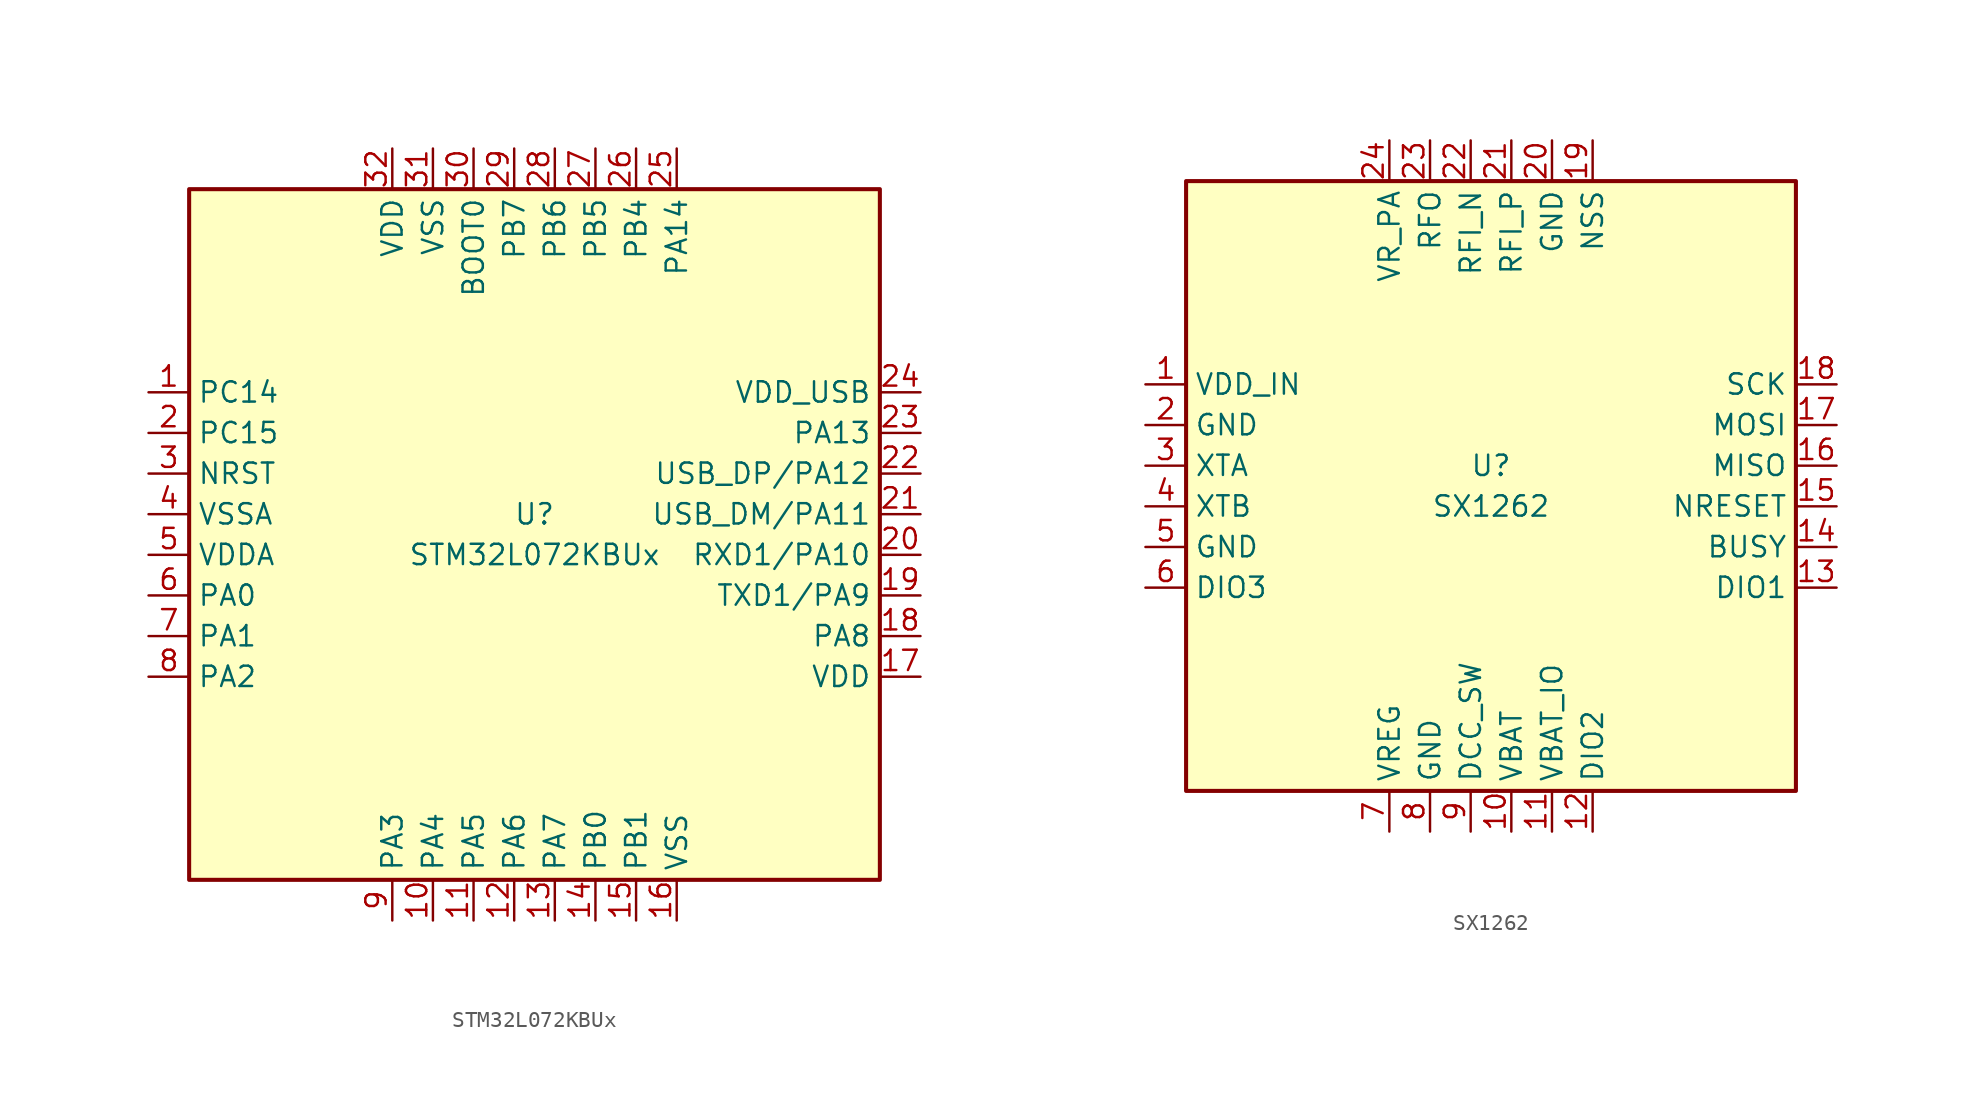
<source format=kicad_sym>
(kicad_symbol_lib
  (version 20211014)
  (generator kicad_symbol_editor)
  (symbol "STM32L072KBUx"
    (property "Reference" "U"
      (at 0 1.27 0)
      (effects (font (size 1.27 1.27))))
    (property "Value" "STM32L072KBUx"
      (at 0 -1.27 0)
      (effects (font (size 1.27 1.27))))
    (symbol "STM32L072KBUx_0_1"
      (rectangle (start -21.59 21.59) (end 21.59 -21.59) (stroke (width 0.254) (type default) (color 0 0 0 0)) (fill (type background))))
    (symbol "STM32L072KBUx_1_1"
      (pin bidirectional line (at -24.13 8.89 0) (length 2.54) (name "PC14" (effects (font (size 1.27 1.27)))) (number "1" (effects (font (size 1.27 1.27)))))
      (pin bidirectional line (at -6.35 -24.13 90) (length 2.54) (name "PA4" (effects (font (size 1.27 1.27)))) (number "10" (effects (font (size 1.27 1.27)))))
      (pin bidirectional line (at -3.81 -24.13 90) (length 2.54) (name "PA5" (effects (font (size 1.27 1.27)))) (number "11" (effects (font (size 1.27 1.27)))))
      (pin bidirectional line (at -1.27 -24.13 90) (length 2.54) (name "PA6" (effects (font (size 1.27 1.27)))) (number "12" (effects (font (size 1.27 1.27)))))
      (pin bidirectional line (at 1.27 -24.13 90) (length 2.54) (name "PA7" (effects (font (size 1.27 1.27)))) (number "13" (effects (font (size 1.27 1.27)))))
      (pin bidirectional line (at 3.81 -24.13 90) (length 2.54) (name "PB0" (effects (font (size 1.27 1.27)))) (number "14" (effects (font (size 1.27 1.27)))))
      (pin bidirectional line (at 6.35 -24.13 90) (length 2.54) (name "PB1" (effects (font (size 1.27 1.27)))) (number "15" (effects (font (size 1.27 1.27)))))
      (pin power_in line (at 8.89 -24.13 90) (length 2.54) (name "VSS" (effects (font (size 1.27 1.27)))) (number "16" (effects (font (size 1.27 1.27)))))
      (pin power_in line (at 24.13 -8.89 180) (length 2.54) (name "VDD" (effects (font (size 1.27 1.27)))) (number "17" (effects (font (size 1.27 1.27)))))
      (pin bidirectional line (at 24.13 -6.35 180) (length 2.54) (name "PA8" (effects (font (size 1.27 1.27)))) (number "18" (effects (font (size 1.27 1.27)))))
      (pin bidirectional line (at 24.13 -3.81 180) (length 2.54) (name "TXD1/PA9" (effects (font (size 1.27 1.27)))) (number "19" (effects (font (size 1.27 1.27)))))
      (pin bidirectional line (at -24.13 6.35 0) (length 2.54) (name "PC15" (effects (font (size 1.27 1.27)))) (number "2" (effects (font (size 1.27 1.27)))))
      (pin bidirectional line (at 24.13 -1.27 180) (length 2.54) (name "RXD1/PA10" (effects (font (size 1.27 1.27)))) (number "20" (effects (font (size 1.27 1.27)))))
      (pin bidirectional line (at 24.13 1.27 180) (length 2.54) (name "USB_DM/PA11" (effects (font (size 1.27 1.27)))) (number "21" (effects (font (size 1.27 1.27)))))
      (pin bidirectional line (at 24.13 3.81 180) (length 2.54) (name "USB_DP/PA12" (effects (font (size 1.27 1.27)))) (number "22" (effects (font (size 1.27 1.27)))))
      (pin bidirectional line (at 24.13 6.35 180) (length 2.54) (name "PA13" (effects (font (size 1.27 1.27)))) (number "23" (effects (font (size 1.27 1.27)))))
      (pin power_in line (at 24.13 8.89 180) (length 2.54) (name "VDD_USB" (effects (font (size 1.27 1.27)))) (number "24" (effects (font (size 1.27 1.27)))))
      (pin bidirectional line (at 8.89 24.13 270) (length 2.54) (name "PA14" (effects (font (size 1.27 1.27)))) (number "25" (effects (font (size 1.27 1.27)))))
      (pin bidirectional line (at 6.35 24.13 270) (length 2.54) (name "PB4" (effects (font (size 1.27 1.27)))) (number "26" (effects (font (size 1.27 1.27)))))
      (pin bidirectional line (at 3.81 24.13 270) (length 2.54) (name "PB5" (effects (font (size 1.27 1.27)))) (number "27" (effects (font (size 1.27 1.27)))))
      (pin bidirectional line (at 1.27 24.13 270) (length 2.54) (name "PB6" (effects (font (size 1.27 1.27)))) (number "28" (effects (font (size 1.27 1.27)))))
      (pin bidirectional line (at -1.27 24.13 270) (length 2.54) (name "PB7" (effects (font (size 1.27 1.27)))) (number "29" (effects (font (size 1.27 1.27)))))
      (pin input line (at -24.13 3.81 0) (length 2.54) (name "NRST" (effects (font (size 1.27 1.27)))) (number "3" (effects (font (size 1.27 1.27)))))
      (pin input line (at -3.81 24.13 270) (length 2.54) (name "BOOT0" (effects (font (size 1.27 1.27)))) (number "30" (effects (font (size 1.27 1.27)))))
      (pin power_in line (at -6.35 24.13 270) (length 2.54) (name "VSS" (effects (font (size 1.27 1.27)))) (number "31" (effects (font (size 1.27 1.27)))))
      (pin power_in line (at -8.89 24.13 270) (length 2.54) (name "VDD" (effects (font (size 1.27 1.27)))) (number "32" (effects (font (size 1.27 1.27)))))
      (pin power_in line (at 8.89 -24.13 90) (length 2.54) hide (name "VSS" (effects (font (size 1.27 1.27)))) (number "33" (effects (font (size 1.27 1.27)))))
      (pin power_in line (at -24.13 1.27 0) (length 2.54) (name "VSSA" (effects (font (size 1.27 1.27)))) (number "4" (effects (font (size 1.27 1.27)))))
      (pin power_in line (at -24.13 -1.27 0) (length 2.54) (name "VDDA" (effects (font (size 1.27 1.27)))) (number "5" (effects (font (size 1.27 1.27)))))
      (pin bidirectional line (at -24.13 -3.81 0) (length 2.54) (name "PA0" (effects (font (size 1.27 1.27)))) (number "6" (effects (font (size 1.27 1.27)))))
      (pin bidirectional line (at -24.13 -6.35 0) (length 2.54) (name "PA1" (effects (font (size 1.27 1.27)))) (number "7" (effects (font (size 1.27 1.27)))))
      (pin bidirectional line (at -24.13 -8.89 0) (length 2.54) (name "PA2" (effects (font (size 1.27 1.27)))) (number "8" (effects (font (size 1.27 1.27)))))
      (pin bidirectional line (at -8.89 -24.13 90) (length 2.54) (name "PA3" (effects (font (size 1.27 1.27)))) (number "9" (effects (font (size 1.27 1.27)))))))
  (symbol "SX1262"
    (property "Reference" "U"
      (at 0 1.27 0)
      (effects (font (size 1.27 1.27))))
    (property "Value" "SX1262"
      (at 0 -1.27 0)
      (effects (font (size 1.27 1.27))))
    (symbol "SX1262_0_0"
      (pin passive line (at -3.81 -21.59 90) (length 2.54) hide (name "GND" (effects (font (size 1.27 1.27)))) (number "25" (effects (font (size 1.27 1.27))))))
    (symbol "SX1262_0_1"
      (rectangle (start -19.05 19.05) (end 19.05 -19.05) (stroke (width 0.254) (type default) (color 0 0 0 0)) (fill (type background))))
    (symbol "SX1262_1_1"
      (pin power_in line (at -21.59 6.35 0) (length 2.54) (name "VDD_IN" (effects (font (size 1.27 1.27)))) (number "1" (effects (font (size 1.27 1.27)))))
      (pin power_in line (at 1.27 -21.59 90) (length 2.54) (name "VBAT" (effects (font (size 1.27 1.27)))) (number "10" (effects (font (size 1.27 1.27)))))
      (pin power_in line (at 3.81 -21.59 90) (length 2.54) (name "VBAT_IO" (effects (font (size 1.27 1.27)))) (number "11" (effects (font (size 1.27 1.27)))))
      (pin bidirectional line (at 6.35 -21.59 90) (length 2.54) (name "DIO2" (effects (font (size 1.27 1.27)))) (number "12" (effects (font (size 1.27 1.27)))))
      (pin bidirectional line (at 21.59 -6.35 180) (length 2.54) (name "DIO1" (effects (font (size 1.27 1.27)))) (number "13" (effects (font (size 1.27 1.27)))))
      (pin output line (at 21.59 -3.81 180) (length 2.54) (name "BUSY" (effects (font (size 1.27 1.27)))) (number "14" (effects (font (size 1.27 1.27)))))
      (pin input line (at 21.59 -1.27 180) (length 2.54) (name "NRESET" (effects (font (size 1.27 1.27)))) (number "15" (effects (font (size 1.27 1.27)))))
      (pin output line (at 21.59 1.27 180) (length 2.54) (name "MISO" (effects (font (size 1.27 1.27)))) (number "16" (effects (font (size 1.27 1.27)))))
      (pin input line (at 21.59 3.81 180) (length 2.54) (name "MOSI" (effects (font (size 1.27 1.27)))) (number "17" (effects (font (size 1.27 1.27)))))
      (pin input line (at 21.59 6.35 180) (length 2.54) (name "SCK" (effects (font (size 1.27 1.27)))) (number "18" (effects (font (size 1.27 1.27)))))
      (pin input line (at 6.35 21.59 270) (length 2.54) (name "NSS" (effects (font (size 1.27 1.27)))) (number "19" (effects (font (size 1.27 1.27)))))
      (pin power_in line (at -21.59 3.81 0) (length 2.54) (name "GND" (effects (font (size 1.27 1.27)))) (number "2" (effects (font (size 1.27 1.27)))))
      (pin power_in line (at 3.81 21.59 270) (length 2.54) (name "GND" (effects (font (size 1.27 1.27)))) (number "20" (effects (font (size 1.27 1.27)))))
      (pin input line (at 1.27 21.59 270) (length 2.54) (name "RFI_P" (effects (font (size 1.27 1.27)))) (number "21" (effects (font (size 1.27 1.27)))))
      (pin input line (at -1.27 21.59 270) (length 2.54) (name "RFI_N" (effects (font (size 1.27 1.27)))) (number "22" (effects (font (size 1.27 1.27)))))
      (pin output line (at -3.81 21.59 270) (length 2.54) (name "RFO" (effects (font (size 1.27 1.27)))) (number "23" (effects (font (size 1.27 1.27)))))
      (pin power_in line (at -6.35 21.59 270) (length 2.54) (name "VR_PA" (effects (font (size 1.27 1.27)))) (number "24" (effects (font (size 1.27 1.27)))))
      (pin passive line (at -21.59 1.27 0) (length 2.54) (name "XTA" (effects (font (size 1.27 1.27)))) (number "3" (effects (font (size 1.27 1.27)))))
      (pin passive line (at -21.59 -1.27 0) (length 2.54) (name "XTB" (effects (font (size 1.27 1.27)))) (number "4" (effects (font (size 1.27 1.27)))))
      (pin power_in line (at -21.59 -3.81 0) (length 2.54) (name "GND" (effects (font (size 1.27 1.27)))) (number "5" (effects (font (size 1.27 1.27)))))
      (pin bidirectional line (at -21.59 -6.35 0) (length 2.54) (name "DIO3" (effects (font (size 1.27 1.27)))) (number "6" (effects (font (size 1.27 1.27)))))
      (pin power_out line (at -6.35 -21.59 90) (length 2.54) (name "VREG" (effects (font (size 1.27 1.27)))) (number "7" (effects (font (size 1.27 1.27)))))
      (pin power_in line (at -3.81 -21.59 90) (length 2.54) (name "GND" (effects (font (size 1.27 1.27)))) (number "8" (effects (font (size 1.27 1.27)))))
      (pin output line (at -1.27 -21.59 90) (length 2.54) (name "DCC_SW" (effects (font (size 1.27 1.27)))) (number "9" (effects (font (size 1.27 1.27))))))))
</source>
